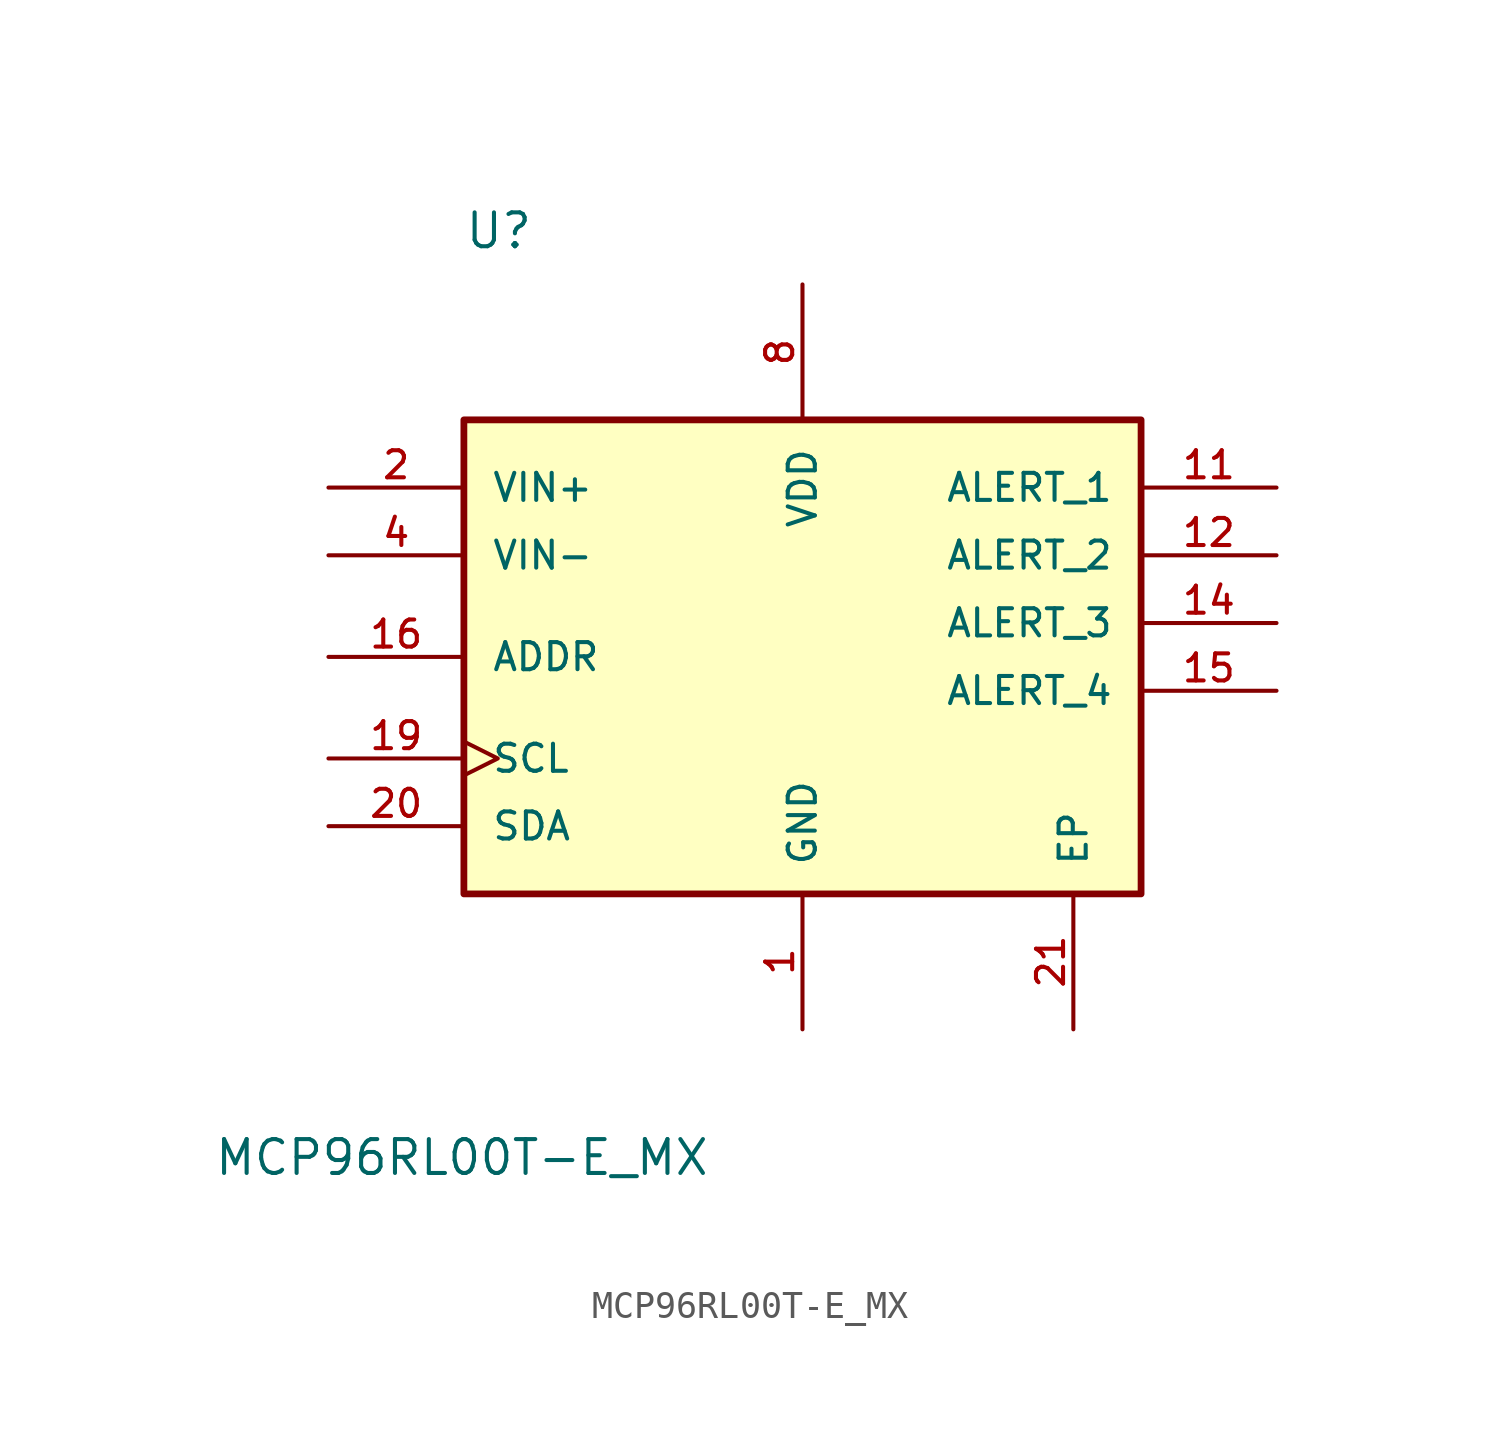
<source format=kicad_sym>
(kicad_symbol_lib
  (version 20241209)
  (generator "kicad_symbol_editor")
  (generator_version "9.0")
  (symbol "MCP96RL00T-E_MX"
    (pin_names
      (offset 1.016))
    (property "Reference" "U"
      (at -12.7 19.05 0)
      (effects (font (size 1.27 1.27)) (justify left bottom)))
    (property "Value" "MCP96RL00T-E_MX"
      (at -22.098 -14.224 0)
      (effects (font (size 1.27 1.27)) (justify left top)))
    (symbol "MCP96RL00T-E_MX_0_0"
      (rectangle (start -12.7 12.7) (end 12.7 -5.08) (stroke (width 0.254) (type default)) (fill (type background)))
      (pin input line (at -17.78 10.16 0) (length 5.08) (name "VIN+" (effects (font (size 1.016 1.016)))) (number "2" (effects (font (size 1.016 1.016)))))
      (pin input line (at -17.78 7.62 0) (length 5.08) (name "VIN-" (effects (font (size 1.016 1.016)))) (number "4" (effects (font (size 1.016 1.016)))))
      (pin input line (at -17.78 3.81 0) (length 5.08) (name "ADDR" (effects (font (size 1.016 1.016)))) (number "16" (effects (font (size 1.016 1.016)))))
      (pin input clock (at -17.78 0 0) (length 5.08) (name "SCL" (effects (font (size 1.016 1.016)))) (number "19" (effects (font (size 1.016 1.016)))))
      (pin bidirectional line (at -17.78 -2.54 0) (length 5.08) (name "SDA" (effects (font (size 1.016 1.016)))) (number "20" (effects (font (size 1.016 1.016)))))
      (pin power_in line (at 0 17.78 270) (length 5.08) (name "VDD" (effects (font (size 1.016 1.016)))) (number "8" (effects (font (size 1.016 1.016)))))
      (pin power_in line (at 0 -10.16 90) (length 5.08) (name "GND" (effects (font (size 1.016 1.016)))) (number "1" (effects (font (size 1.016 1.016)))))
      (pin power_in line (at 0 -10.16 90) (length 5.08) (hide yes) (name "GND" (effects (font (size 1.016 1.016)))) (number "10" (effects (font (size 1.016 1.016)))))
      (pin power_in line (at 0 -10.16 90) (length 5.08) (hide yes) (name "GND" (effects (font (size 1.016 1.016)))) (number "13" (effects (font (size 1.016 1.016)))))
      (pin power_in line (at 0 -10.16 90) (length 5.08) (hide yes) (name "GND" (effects (font (size 1.016 1.016)))) (number "17" (effects (font (size 1.016 1.016)))))
      (pin power_in line (at 0 -10.16 90) (length 5.08) (hide yes) (name "GND" (effects (font (size 1.016 1.016)))) (number "18" (effects (font (size 1.016 1.016)))))
      (pin power_in line (at 0 -10.16 90) (length 5.08) (hide yes) (name "GND" (effects (font (size 1.016 1.016)))) (number "5" (effects (font (size 1.016 1.016)))))
      (pin power_in line (at 0 -10.16 90) (length 5.08) (hide yes) (name "GND" (effects (font (size 1.016 1.016)))) (number "6" (effects (font (size 1.016 1.016)))))
      (pin power_in line (at 0 -10.16 90) (length 5.08) (hide yes) (name "GND" (effects (font (size 1.016 1.016)))) (number "7" (effects (font (size 1.016 1.016)))))
      (pin power_in line (at 0 -10.16 90) (length 5.08) (hide yes) (name "GND" (effects (font (size 1.016 1.016)))) (number "9" (effects (font (size 1.016 1.016)))))
      (pin power_in line (at 10.16 -10.16 90) (length 5.08) (name "EP" (effects (font (size 1.016 1.016)))) (number "21" (effects (font (size 1.016 1.016)))))
      (pin output line (at 17.78 10.16 180) (length 5.08) (name "ALERT_1" (effects (font (size 1.016 1.016)))) (number "11" (effects (font (size 1.016 1.016)))))
      (pin output line (at 17.78 7.62 180) (length 5.08) (name "ALERT_2" (effects (font (size 1.016 1.016)))) (number "12" (effects (font (size 1.016 1.016)))))
      (pin output line (at 17.78 5.08 180) (length 5.08) (name "ALERT_3" (effects (font (size 1.016 1.016)))) (number "14" (effects (font (size 1.016 1.016)))))
      (pin output line (at 17.78 2.54 180) (length 5.08) (name "ALERT_4" (effects (font (size 1.016 1.016)))) (number "15" (effects (font (size 1.016 1.016))))))
    (symbol "MCP96RL00T-E_MX_1_0"
      (pin power_in line (at 0 -10.16 90) (length 5.08) (hide yes) (name "GND" (effects (font (size 1.016 1.016)))) (number "3" (effects (font (size 1.016 1.016))))))))
</source>
